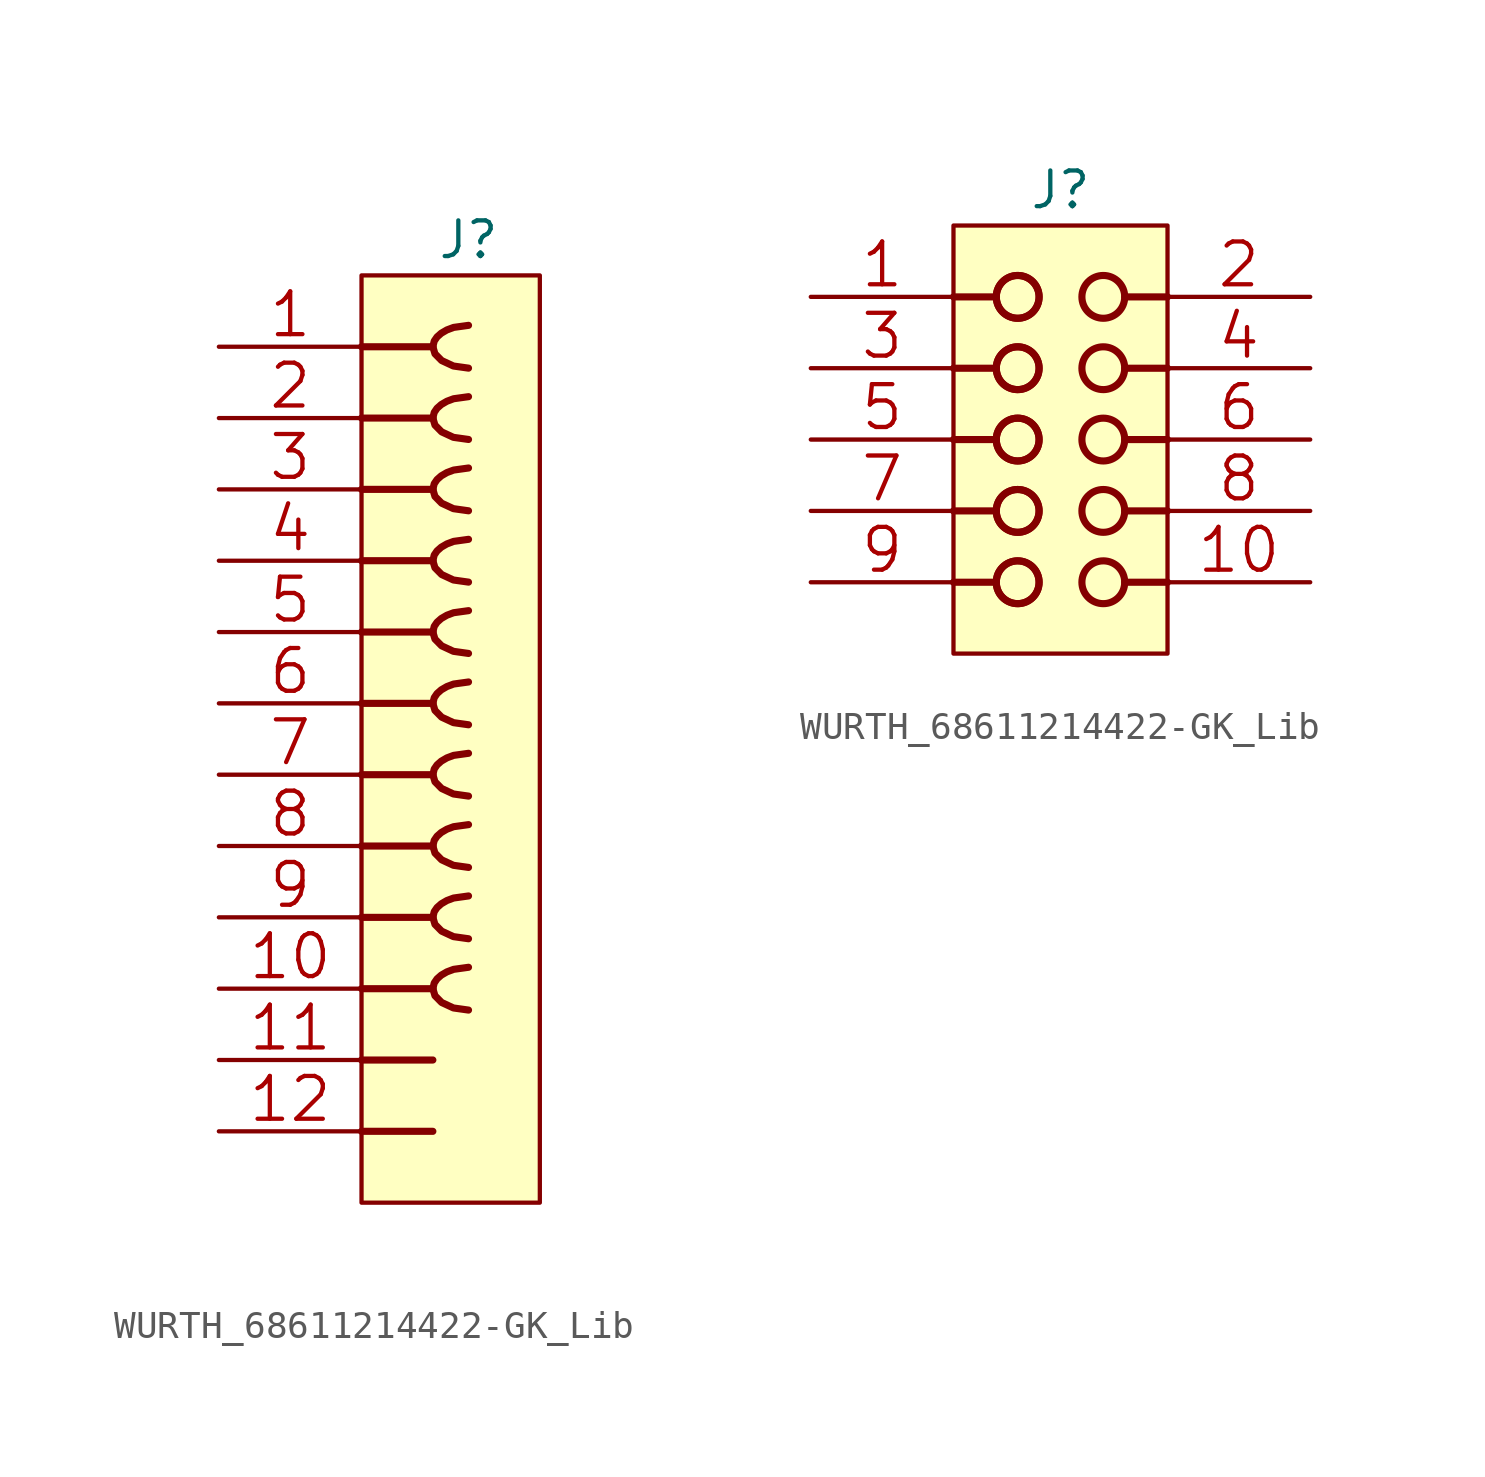
<source format=kicad_sym>
(kicad_symbol_lib
  (version 20200126)
  (host kicad_symbol_editor "(5.99.0-2809-gaceed2b0a4)")
  (symbol "LCD_Board-rescue:WURTH_68611214422-GK_Lib"
    (pin_names
      (offset 1.27))
    (property "Reference" "J"
      (at 3.81 1.27 0)
      (effects (font (size 1.27 1.27))))
    (symbol "WURTH_68611214422-GK_Lib_0_2"
      (circle (center 2.286 -12.7) (radius 0.762) (stroke (width 0.254)) (fill (type none)))
      (circle (center 2.286 -12.7) (radius 0.762) (stroke (width 0.254)) (fill (type none)))
      (circle (center 2.286 -10.16) (radius 0.762) (stroke (width 0.254)) (fill (type none)))
      (circle (center 2.286 -10.16) (radius 0.762) (stroke (width 0.254)) (fill (type none)))
      (circle (center 2.286 -7.62) (radius 0.762) (stroke (width 0.254)) (fill (type none)))
      (circle (center 2.286 -7.62) (radius 0.762) (stroke (width 0.254)) (fill (type none)))
      (circle (center 2.286 -5.08) (radius 0.762) (stroke (width 0.254)) (fill (type none)))
      (circle (center 2.286 -5.08) (radius 0.762) (stroke (width 0.254)) (fill (type none)))
      (circle (center 2.286 -2.54) (radius 0.762) (stroke (width 0.254)) (fill (type none)))
      (circle (center 2.286 -2.54) (radius 0.762) (stroke (width 0.254)) (fill (type none)))
      (circle (center 5.334 -12.7) (radius 0.762) (stroke (width 0.254)) (fill (type none)))
      (circle (center 5.334 -10.16) (radius 0.762) (stroke (width 0.254)) (fill (type none)))
      (circle (center 5.334 -7.62) (radius 0.762) (stroke (width 0.254)) (fill (type none)))
      (circle (center 5.334 -5.08) (radius 0.762) (stroke (width 0.254)) (fill (type none)))
      (circle (center 5.334 -2.54) (radius 0.762) (stroke (width 0.254)) (fill (type none)))
      (rectangle (start 0 -15.24) (end 7.62 0) (stroke (width 0)) (fill (type background)))
      (polyline (pts (xy 0 -12.7) (xy 1.524 -12.7)) (stroke (width 0.254)) (fill (type none)))
      (polyline (pts (xy 0 -10.16) (xy 1.524 -10.16)) (stroke (width 0.254)) (fill (type none)))
      (polyline (pts (xy 0 -7.62) (xy 1.524 -7.62)) (stroke (width 0.254)) (fill (type none)))
      (polyline (pts (xy 0 -5.08) (xy 1.524 -5.08)) (stroke (width 0.254)) (fill (type none)))
      (polyline (pts (xy 0 -2.54) (xy 1.524 -2.54)) (stroke (width 0.254)) (fill (type none)))
      (polyline (pts (xy 7.62 -12.7) (xy 6.096 -12.7)) (stroke (width 0.254)) (fill (type none)))
      (polyline (pts (xy 7.62 -10.16) (xy 6.096 -10.16)) (stroke (width 0.254)) (fill (type none)))
      (polyline (pts (xy 7.62 -7.62) (xy 6.096 -7.62)) (stroke (width 0.254)) (fill (type none)))
      (polyline (pts (xy 7.62 -5.08) (xy 6.096 -5.08)) (stroke (width 0.254)) (fill (type none)))
      (polyline (pts (xy 7.62 -2.54) (xy 6.096 -2.54)) (stroke (width 0.254)) (fill (type none)))
      (pin bidirectional line (at -5.08 -2.54 0) (length 5.08) (name "1" (effects (font (size 0 0)))) (number "1" (effects (font (size 1.524 1.524)))))
      (pin bidirectional line (at 12.7 -12.7 180) (length 5.08) (name "10" (effects (font (size 0 0)))) (number "10" (effects (font (size 1.524 1.524)))))
      (pin bidirectional line (at 12.7 -2.54 180) (length 5.08) (name "2" (effects (font (size 0 0)))) (number "2" (effects (font (size 1.524 1.524)))))
      (pin bidirectional line (at -5.08 -5.08 0) (length 5.08) (name "3" (effects (font (size 0 0)))) (number "3" (effects (font (size 1.524 1.524)))))
      (pin bidirectional line (at 12.7 -5.08 180) (length 5.08) (name "4" (effects (font (size 0 0)))) (number "4" (effects (font (size 1.524 1.524)))))
      (pin bidirectional line (at -5.08 -7.62 0) (length 5.08) (name "5" (effects (font (size 0 0)))) (number "5" (effects (font (size 1.524 1.524)))))
      (pin bidirectional line (at 12.7 -7.62 180) (length 5.08) (name "6" (effects (font (size 0 0)))) (number "6" (effects (font (size 1.524 1.524)))))
      (pin bidirectional line (at -5.08 -10.16 0) (length 5.08) (name "7" (effects (font (size 0 0)))) (number "7" (effects (font (size 1.524 1.524)))))
      (pin bidirectional line (at 12.7 -10.16 180) (length 5.08) (name "8" (effects (font (size 0 0)))) (number "8" (effects (font (size 1.524 1.524)))))
      (pin bidirectional line (at -5.08 -12.7 0) (length 5.08) (name "9" (effects (font (size 0 0)))) (number "9" (effects (font (size 1.524 1.524))))))
    (symbol "WURTH_68611214422-GK_Lib_1_1"
      (rectangle (start 0 0) (end 6.35 -33.02) (stroke (width 0)) (fill (type background)))
      (polyline (pts (xy 0 -30.48) (xy 2.54 -30.48)) (stroke (width 0.254)) (fill (type none)))
      (polyline (pts (xy 0 -27.94) (xy 2.54 -27.94)) (stroke (width 0.254)) (fill (type none)))
      (polyline (pts (xy 0 -25.4) (xy 2.54 -25.4)) (stroke (width 0.254)) (fill (type none)))
      (pin passive line (at -5.08 -27.94 0) (length 5.08) (name "11" (effects (font (size 0 0)))) (number "11" (effects (font (size 1.524 1.524)))))
      (pin passive line (at -5.08 -30.48 0) (length 5.08) (name "12" (effects (font (size 0 0)))) (number "12" (effects (font (size 1.524 1.524))))))
    (symbol "WURTH_68611214422-GK_Lib_0_1"
      (polyline (pts (xy 0 -22.86) (xy 2.54 -22.86)) (stroke (width 0.254)) (fill (type none)))
      (polyline (pts (xy 0 -20.32) (xy 2.54 -20.32)) (stroke (width 0.254)) (fill (type none)))
      (polyline (pts (xy 0 -17.78) (xy 2.54 -17.78)) (stroke (width 0.254)) (fill (type none)))
      (polyline (pts (xy 0 -15.24) (xy 2.54 -15.24)) (stroke (width 0.254)) (fill (type none)))
      (polyline (pts (xy 0 -12.7) (xy 2.54 -12.7)) (stroke (width 0.254)) (fill (type none)))
      (polyline (pts (xy 0 -10.16) (xy 2.54 -10.16)) (stroke (width 0.254)) (fill (type none)))
      (polyline (pts (xy 0 -7.62) (xy 2.54 -7.62)) (stroke (width 0.254)) (fill (type none)))
      (polyline (pts (xy 0 -5.08) (xy 2.54 -5.08)) (stroke (width 0.254)) (fill (type none)))
      (polyline (pts (xy 0 -2.54) (xy 2.54 -2.54)) (stroke (width 0.254)) (fill (type outline)))
      (bezier (pts (xy 2.54 -25.4) (xy 2.54 -25.806) (xy 3.124 -26.162) (xy 3.81 -26.162)) (stroke (width 0.254)) (fill (type none)))
      (bezier (pts (xy 2.54 -22.86) (xy 2.54 -23.266) (xy 3.124 -23.622) (xy 3.81 -23.622)) (stroke (width 0.254)) (fill (type none)))
      (bezier (pts (xy 2.54 -20.32) (xy 2.54 -20.726) (xy 3.124 -21.082) (xy 3.81 -21.082)) (stroke (width 0.254)) (fill (type none)))
      (bezier (pts (xy 2.54 -17.78) (xy 2.54 -18.186) (xy 3.124 -18.542) (xy 3.81 -18.542)) (stroke (width 0.254)) (fill (type none)))
      (bezier (pts (xy 2.54 -15.24) (xy 2.54 -15.646) (xy 3.124 -16.002) (xy 3.81 -16.002)) (stroke (width 0.254)) (fill (type none)))
      (bezier (pts (xy 2.54 -12.7) (xy 2.54 -13.106) (xy 3.124 -13.462) (xy 3.81 -13.462)) (stroke (width 0.254)) (fill (type none)))
      (bezier (pts (xy 2.54 -10.16) (xy 2.54 -10.566) (xy 3.124 -10.922) (xy 3.81 -10.922)) (stroke (width 0.254)) (fill (type none)))
      (bezier (pts (xy 2.54 -7.62) (xy 2.54 -8.026) (xy 3.124 -8.382) (xy 3.81 -8.382)) (stroke (width 0.254)) (fill (type none)))
      (bezier (pts (xy 2.54 -5.08) (xy 2.54 -5.486) (xy 3.124 -5.842) (xy 3.81 -5.842)) (stroke (width 0.254)) (fill (type none)))
      (bezier (pts (xy 2.54 -2.54) (xy 2.54 -2.946) (xy 3.124 -3.302) (xy 3.81 -3.302)) (stroke (width 0.254)) (fill (type none)))
      (bezier (pts (xy 3.81 -24.638) (xy 3.124 -24.638) (xy 2.54 -24.994) (xy 2.54 -25.4)) (stroke (width 0.254)) (fill (type none)))
      (bezier (pts (xy 3.81 -22.098) (xy 3.124 -22.098) (xy 2.54 -22.454) (xy 2.54 -22.86)) (stroke (width 0.254)) (fill (type none)))
      (bezier (pts (xy 3.81 -19.558) (xy 3.124 -19.558) (xy 2.54 -19.914) (xy 2.54 -20.32)) (stroke (width 0.254)) (fill (type none)))
      (bezier (pts (xy 3.81 -17.018) (xy 3.124 -17.018) (xy 2.54 -17.374) (xy 2.54 -17.78)) (stroke (width 0.254)) (fill (type none)))
      (bezier (pts (xy 3.81 -14.478) (xy 3.124 -14.478) (xy 2.54 -14.834) (xy 2.54 -15.24)) (stroke (width 0.254)) (fill (type none)))
      (bezier (pts (xy 3.81 -11.938) (xy 3.124 -11.938) (xy 2.54 -12.294) (xy 2.54 -12.7)) (stroke (width 0.254)) (fill (type none)))
      (bezier (pts (xy 3.81 -9.398) (xy 3.124 -9.398) (xy 2.54 -9.754) (xy 2.54 -10.16)) (stroke (width 0.254)) (fill (type none)))
      (bezier (pts (xy 3.81 -6.858) (xy 3.124 -6.858) (xy 2.54 -7.214) (xy 2.54 -7.62)) (stroke (width 0.254)) (fill (type none)))
      (bezier (pts (xy 3.81 -4.318) (xy 3.124 -4.318) (xy 2.54 -4.674) (xy 2.54 -5.08)) (stroke (width 0.254)) (fill (type none)))
      (bezier (pts (xy 3.81 -1.778) (xy 3.124 -1.778) (xy 2.54 -2.134) (xy 2.54 -2.54)) (stroke (width 0.254)) (fill (type none)))
      (pin passive line (at -5.08 -2.54 0) (length 5.08) (name "1" (effects (font (size 0 0)))) (number "1" (effects (font (size 1.524 1.524)))))
      (pin passive line (at -5.08 -25.4 0) (length 5.08) (name "10" (effects (font (size 0 0)))) (number "10" (effects (font (size 1.524 1.524)))))
      (pin passive line (at -5.08 -5.08 0) (length 5.08) (name "2" (effects (font (size 0 0)))) (number "2" (effects (font (size 1.524 1.524)))))
      (pin passive line (at -5.08 -7.62 0) (length 5.08) (name "3" (effects (font (size 0 0)))) (number "3" (effects (font (size 1.524 1.524)))))
      (pin passive line (at -5.08 -10.16 0) (length 5.08) (name "4" (effects (font (size 0 0)))) (number "4" (effects (font (size 1.524 1.524)))))
      (pin passive line (at -5.08 -12.7 0) (length 5.08) (name "5" (effects (font (size 0 0)))) (number "5" (effects (font (size 1.524 1.524)))))
      (pin passive line (at -5.08 -15.24 0) (length 5.08) (name "6" (effects (font (size 0 0)))) (number "6" (effects (font (size 1.524 1.524)))))
      (pin passive line (at -5.08 -17.78 0) (length 5.08) (name "7" (effects (font (size 0 0)))) (number "7" (effects (font (size 1.524 1.524)))))
      (pin passive line (at -5.08 -20.32 0) (length 5.08) (name "8" (effects (font (size 0 0)))) (number "8" (effects (font (size 1.524 1.524)))))
      (pin passive line (at -5.08 -22.86 0) (length 5.08) (name "9" (effects (font (size 0 0)))) (number "9" (effects (font (size 1.524 1.524))))))))
</source>
